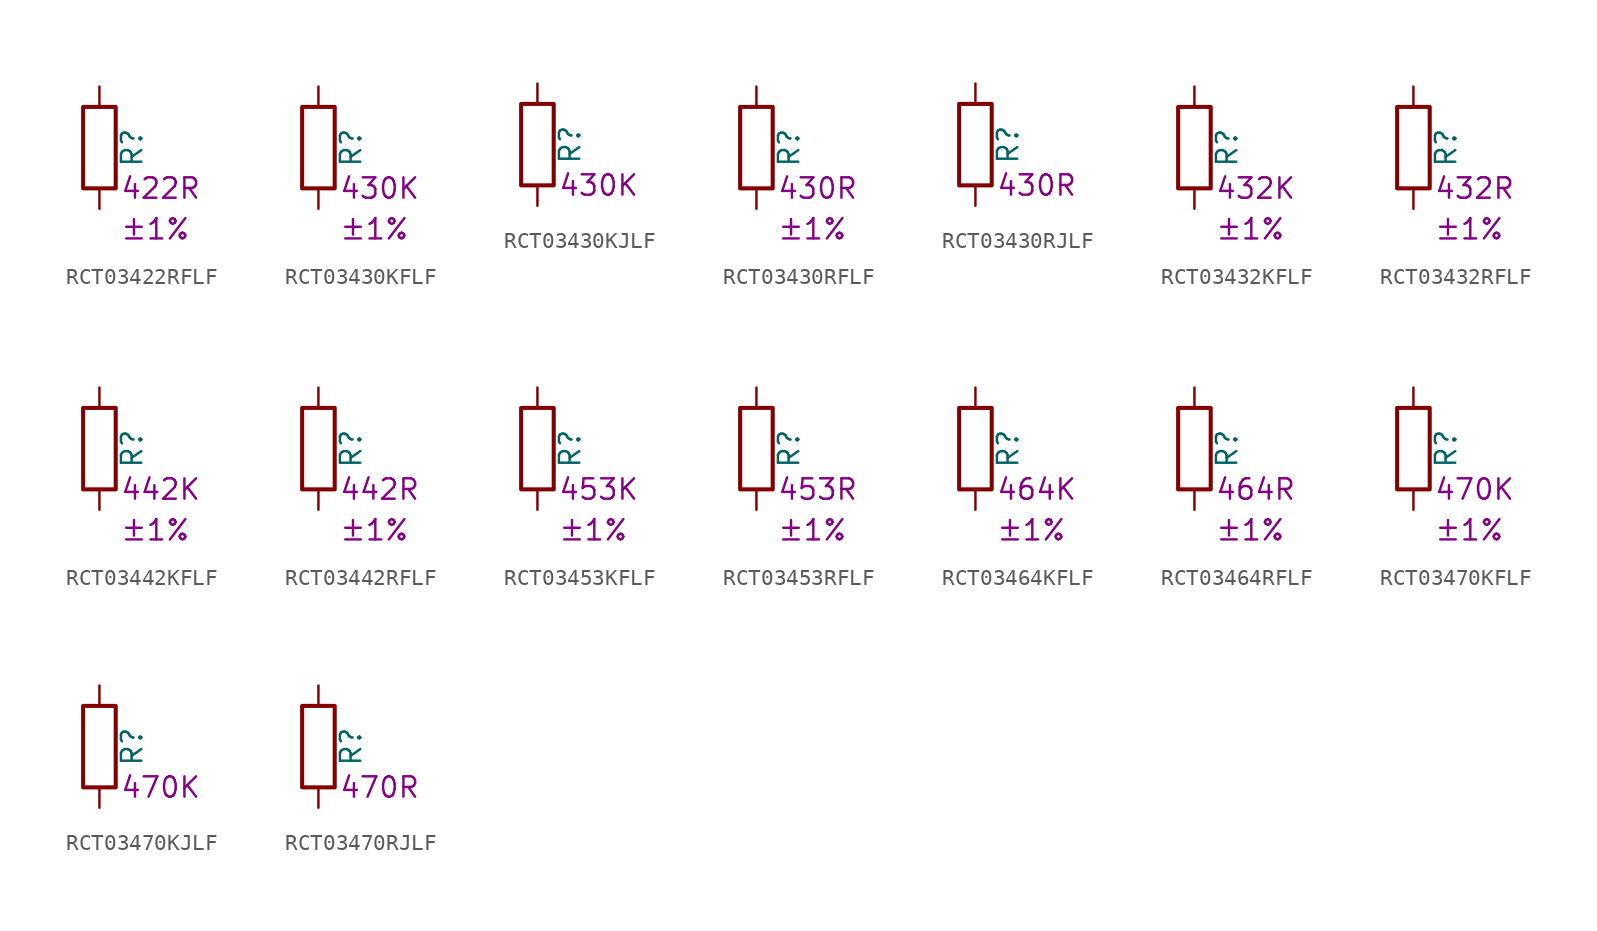
<source format=kicad_sym>
(kicad_symbol_lib
  (version 20220914)
  (generator kicad_symbol_editor)
  (symbol "RCT03422RFLF"
    (pin_numbers hide)
    (pin_names
      (offset 0))
    (property "Reference" "R"
      (at 2.032 0 90)
      (effects (font (size 1.27 1.27))))
    (property "Resistance" "422R"
      (at 1.27 -2.54 0)
      (effects (font (size 1.27 1.27)) (justify left)))
    (property "Tolerance" "±1%"
      (at 1.27 -5.08 0)
      (effects (font (size 1.27 1.27)) (justify left)))
    (symbol "RCT03422RFLF_0_1"
      (rectangle (start -1.016 -2.54) (end 1.016 2.54) (stroke (width 0.254) (type default)) (fill (type none))))
    (symbol "RCT03422RFLF_1_1"
      (pin passive line (at 0 3.81 270) (length 1.27) (name "~" (effects (font (size 1.27 1.27)))) (number "1" (effects (font (size 1.27 1.27)))))
      (pin passive line (at 0 -3.81 90) (length 1.27) (name "~" (effects (font (size 1.27 1.27)))) (number "2" (effects (font (size 1.27 1.27)))))))
  (symbol "RCT03430KFLF"
    (pin_numbers hide)
    (pin_names
      (offset 0))
    (property "Reference" "R"
      (at 2.032 0 90)
      (effects (font (size 1.27 1.27))))
    (property "Resistance" "430K"
      (at 1.27 -2.54 0)
      (effects (font (size 1.27 1.27)) (justify left)))
    (property "Tolerance" "±1%"
      (at 1.27 -5.08 0)
      (effects (font (size 1.27 1.27)) (justify left)))
    (symbol "RCT03430KFLF_0_1"
      (rectangle (start -1.016 -2.54) (end 1.016 2.54) (stroke (width 0.254) (type default)) (fill (type none))))
    (symbol "RCT03430KFLF_1_1"
      (pin passive line (at 0 3.81 270) (length 1.27) (name "~" (effects (font (size 1.27 1.27)))) (number "1" (effects (font (size 1.27 1.27)))))
      (pin passive line (at 0 -3.81 90) (length 1.27) (name "~" (effects (font (size 1.27 1.27)))) (number "2" (effects (font (size 1.27 1.27)))))))
  (symbol "RCT03430KJLF"
    (pin_numbers hide)
    (pin_names
      (offset 0))
    (property "Reference" "R"
      (at 2.032 0 90)
      (effects (font (size 1.27 1.27))))
    (property "Resistance" "430K"
      (at 1.27 -2.54 0)
      (effects (font (size 1.27 1.27)) (justify left)))
    (symbol "RCT03430KJLF_0_1"
      (rectangle (start -1.016 -2.54) (end 1.016 2.54) (stroke (width 0.254) (type default)) (fill (type none))))
    (symbol "RCT03430KJLF_1_1"
      (pin passive line (at 0 3.81 270) (length 1.27) (name "~" (effects (font (size 1.27 1.27)))) (number "1" (effects (font (size 1.27 1.27)))))
      (pin passive line (at 0 -3.81 90) (length 1.27) (name "~" (effects (font (size 1.27 1.27)))) (number "2" (effects (font (size 1.27 1.27)))))))
  (symbol "RCT03430RFLF"
    (pin_numbers hide)
    (pin_names
      (offset 0))
    (property "Reference" "R"
      (at 2.032 0 90)
      (effects (font (size 1.27 1.27))))
    (property "Resistance" "430R"
      (at 1.27 -2.54 0)
      (effects (font (size 1.27 1.27)) (justify left)))
    (property "Tolerance" "±1%"
      (at 1.27 -5.08 0)
      (effects (font (size 1.27 1.27)) (justify left)))
    (symbol "RCT03430RFLF_0_1"
      (rectangle (start -1.016 -2.54) (end 1.016 2.54) (stroke (width 0.254) (type default)) (fill (type none))))
    (symbol "RCT03430RFLF_1_1"
      (pin passive line (at 0 3.81 270) (length 1.27) (name "~" (effects (font (size 1.27 1.27)))) (number "1" (effects (font (size 1.27 1.27)))))
      (pin passive line (at 0 -3.81 90) (length 1.27) (name "~" (effects (font (size 1.27 1.27)))) (number "2" (effects (font (size 1.27 1.27)))))))
  (symbol "RCT03430RJLF"
    (pin_numbers hide)
    (pin_names
      (offset 0))
    (property "Reference" "R"
      (at 2.032 0 90)
      (effects (font (size 1.27 1.27))))
    (property "Resistance" "430R"
      (at 1.27 -2.54 0)
      (effects (font (size 1.27 1.27)) (justify left)))
    (symbol "RCT03430RJLF_0_1"
      (rectangle (start -1.016 -2.54) (end 1.016 2.54) (stroke (width 0.254) (type default)) (fill (type none))))
    (symbol "RCT03430RJLF_1_1"
      (pin passive line (at 0 3.81 270) (length 1.27) (name "~" (effects (font (size 1.27 1.27)))) (number "1" (effects (font (size 1.27 1.27)))))
      (pin passive line (at 0 -3.81 90) (length 1.27) (name "~" (effects (font (size 1.27 1.27)))) (number "2" (effects (font (size 1.27 1.27)))))))
  (symbol "RCT03432KFLF"
    (pin_numbers hide)
    (pin_names
      (offset 0))
    (property "Reference" "R"
      (at 2.032 0 90)
      (effects (font (size 1.27 1.27))))
    (property "Resistance" "432K"
      (at 1.27 -2.54 0)
      (effects (font (size 1.27 1.27)) (justify left)))
    (property "Tolerance" "±1%"
      (at 1.27 -5.08 0)
      (effects (font (size 1.27 1.27)) (justify left)))
    (symbol "RCT03432KFLF_0_1"
      (rectangle (start -1.016 -2.54) (end 1.016 2.54) (stroke (width 0.254) (type default)) (fill (type none))))
    (symbol "RCT03432KFLF_1_1"
      (pin passive line (at 0 3.81 270) (length 1.27) (name "~" (effects (font (size 1.27 1.27)))) (number "1" (effects (font (size 1.27 1.27)))))
      (pin passive line (at 0 -3.81 90) (length 1.27) (name "~" (effects (font (size 1.27 1.27)))) (number "2" (effects (font (size 1.27 1.27)))))))
  (symbol "RCT03432RFLF"
    (pin_numbers hide)
    (pin_names
      (offset 0))
    (property "Reference" "R"
      (at 2.032 0 90)
      (effects (font (size 1.27 1.27))))
    (property "Resistance" "432R"
      (at 1.27 -2.54 0)
      (effects (font (size 1.27 1.27)) (justify left)))
    (property "Tolerance" "±1%"
      (at 1.27 -5.08 0)
      (effects (font (size 1.27 1.27)) (justify left)))
    (symbol "RCT03432RFLF_0_1"
      (rectangle (start -1.016 -2.54) (end 1.016 2.54) (stroke (width 0.254) (type default)) (fill (type none))))
    (symbol "RCT03432RFLF_1_1"
      (pin passive line (at 0 3.81 270) (length 1.27) (name "~" (effects (font (size 1.27 1.27)))) (number "1" (effects (font (size 1.27 1.27)))))
      (pin passive line (at 0 -3.81 90) (length 1.27) (name "~" (effects (font (size 1.27 1.27)))) (number "2" (effects (font (size 1.27 1.27)))))))
  (symbol "RCT03442KFLF"
    (pin_numbers hide)
    (pin_names
      (offset 0))
    (property "Reference" "R"
      (at 2.032 0 90)
      (effects (font (size 1.27 1.27))))
    (property "Resistance" "442K"
      (at 1.27 -2.54 0)
      (effects (font (size 1.27 1.27)) (justify left)))
    (property "Tolerance" "±1%"
      (at 1.27 -5.08 0)
      (effects (font (size 1.27 1.27)) (justify left)))
    (symbol "RCT03442KFLF_0_1"
      (rectangle (start -1.016 -2.54) (end 1.016 2.54) (stroke (width 0.254) (type default)) (fill (type none))))
    (symbol "RCT03442KFLF_1_1"
      (pin passive line (at 0 3.81 270) (length 1.27) (name "~" (effects (font (size 1.27 1.27)))) (number "1" (effects (font (size 1.27 1.27)))))
      (pin passive line (at 0 -3.81 90) (length 1.27) (name "~" (effects (font (size 1.27 1.27)))) (number "2" (effects (font (size 1.27 1.27)))))))
  (symbol "RCT03442RFLF"
    (pin_numbers hide)
    (pin_names
      (offset 0))
    (property "Reference" "R"
      (at 2.032 0 90)
      (effects (font (size 1.27 1.27))))
    (property "Resistance" "442R"
      (at 1.27 -2.54 0)
      (effects (font (size 1.27 1.27)) (justify left)))
    (property "Tolerance" "±1%"
      (at 1.27 -5.08 0)
      (effects (font (size 1.27 1.27)) (justify left)))
    (symbol "RCT03442RFLF_0_1"
      (rectangle (start -1.016 -2.54) (end 1.016 2.54) (stroke (width 0.254) (type default)) (fill (type none))))
    (symbol "RCT03442RFLF_1_1"
      (pin passive line (at 0 3.81 270) (length 1.27) (name "~" (effects (font (size 1.27 1.27)))) (number "1" (effects (font (size 1.27 1.27)))))
      (pin passive line (at 0 -3.81 90) (length 1.27) (name "~" (effects (font (size 1.27 1.27)))) (number "2" (effects (font (size 1.27 1.27)))))))
  (symbol "RCT03453KFLF"
    (pin_numbers hide)
    (pin_names
      (offset 0))
    (property "Reference" "R"
      (at 2.032 0 90)
      (effects (font (size 1.27 1.27))))
    (property "Resistance" "453K"
      (at 1.27 -2.54 0)
      (effects (font (size 1.27 1.27)) (justify left)))
    (property "Tolerance" "±1%"
      (at 1.27 -5.08 0)
      (effects (font (size 1.27 1.27)) (justify left)))
    (symbol "RCT03453KFLF_0_1"
      (rectangle (start -1.016 -2.54) (end 1.016 2.54) (stroke (width 0.254) (type default)) (fill (type none))))
    (symbol "RCT03453KFLF_1_1"
      (pin passive line (at 0 3.81 270) (length 1.27) (name "~" (effects (font (size 1.27 1.27)))) (number "1" (effects (font (size 1.27 1.27)))))
      (pin passive line (at 0 -3.81 90) (length 1.27) (name "~" (effects (font (size 1.27 1.27)))) (number "2" (effects (font (size 1.27 1.27)))))))
  (symbol "RCT03453RFLF"
    (pin_numbers hide)
    (pin_names
      (offset 0))
    (property "Reference" "R"
      (at 2.032 0 90)
      (effects (font (size 1.27 1.27))))
    (property "Resistance" "453R"
      (at 1.27 -2.54 0)
      (effects (font (size 1.27 1.27)) (justify left)))
    (property "Tolerance" "±1%"
      (at 1.27 -5.08 0)
      (effects (font (size 1.27 1.27)) (justify left)))
    (symbol "RCT03453RFLF_0_1"
      (rectangle (start -1.016 -2.54) (end 1.016 2.54) (stroke (width 0.254) (type default)) (fill (type none))))
    (symbol "RCT03453RFLF_1_1"
      (pin passive line (at 0 3.81 270) (length 1.27) (name "~" (effects (font (size 1.27 1.27)))) (number "1" (effects (font (size 1.27 1.27)))))
      (pin passive line (at 0 -3.81 90) (length 1.27) (name "~" (effects (font (size 1.27 1.27)))) (number "2" (effects (font (size 1.27 1.27)))))))
  (symbol "RCT03464KFLF"
    (pin_numbers hide)
    (pin_names
      (offset 0))
    (property "Reference" "R"
      (at 2.032 0 90)
      (effects (font (size 1.27 1.27))))
    (property "Resistance" "464K"
      (at 1.27 -2.54 0)
      (effects (font (size 1.27 1.27)) (justify left)))
    (property "Tolerance" "±1%"
      (at 1.27 -5.08 0)
      (effects (font (size 1.27 1.27)) (justify left)))
    (symbol "RCT03464KFLF_0_1"
      (rectangle (start -1.016 -2.54) (end 1.016 2.54) (stroke (width 0.254) (type default)) (fill (type none))))
    (symbol "RCT03464KFLF_1_1"
      (pin passive line (at 0 3.81 270) (length 1.27) (name "~" (effects (font (size 1.27 1.27)))) (number "1" (effects (font (size 1.27 1.27)))))
      (pin passive line (at 0 -3.81 90) (length 1.27) (name "~" (effects (font (size 1.27 1.27)))) (number "2" (effects (font (size 1.27 1.27)))))))
  (symbol "RCT03464RFLF"
    (pin_numbers hide)
    (pin_names
      (offset 0))
    (property "Reference" "R"
      (at 2.032 0 90)
      (effects (font (size 1.27 1.27))))
    (property "Resistance" "464R"
      (at 1.27 -2.54 0)
      (effects (font (size 1.27 1.27)) (justify left)))
    (property "Tolerance" "±1%"
      (at 1.27 -5.08 0)
      (effects (font (size 1.27 1.27)) (justify left)))
    (symbol "RCT03464RFLF_0_1"
      (rectangle (start -1.016 -2.54) (end 1.016 2.54) (stroke (width 0.254) (type default)) (fill (type none))))
    (symbol "RCT03464RFLF_1_1"
      (pin passive line (at 0 3.81 270) (length 1.27) (name "~" (effects (font (size 1.27 1.27)))) (number "1" (effects (font (size 1.27 1.27)))))
      (pin passive line (at 0 -3.81 90) (length 1.27) (name "~" (effects (font (size 1.27 1.27)))) (number "2" (effects (font (size 1.27 1.27)))))))
  (symbol "RCT03470KFLF"
    (pin_numbers hide)
    (pin_names
      (offset 0))
    (property "Reference" "R"
      (at 2.032 0 90)
      (effects (font (size 1.27 1.27))))
    (property "Resistance" "470K"
      (at 1.27 -2.54 0)
      (effects (font (size 1.27 1.27)) (justify left)))
    (property "Tolerance" "±1%"
      (at 1.27 -5.08 0)
      (effects (font (size 1.27 1.27)) (justify left)))
    (symbol "RCT03470KFLF_0_1"
      (rectangle (start -1.016 -2.54) (end 1.016 2.54) (stroke (width 0.254) (type default)) (fill (type none))))
    (symbol "RCT03470KFLF_1_1"
      (pin passive line (at 0 3.81 270) (length 1.27) (name "~" (effects (font (size 1.27 1.27)))) (number "1" (effects (font (size 1.27 1.27)))))
      (pin passive line (at 0 -3.81 90) (length 1.27) (name "~" (effects (font (size 1.27 1.27)))) (number "2" (effects (font (size 1.27 1.27)))))))
  (symbol "RCT03470KJLF"
    (pin_numbers hide)
    (pin_names
      (offset 0))
    (property "Reference" "R"
      (at 2.032 0 90)
      (effects (font (size 1.27 1.27))))
    (property "Resistance" "470K"
      (at 1.27 -2.54 0)
      (effects (font (size 1.27 1.27)) (justify left)))
    (symbol "RCT03470KJLF_0_1"
      (rectangle (start -1.016 -2.54) (end 1.016 2.54) (stroke (width 0.254) (type default)) (fill (type none))))
    (symbol "RCT03470KJLF_1_1"
      (pin passive line (at 0 3.81 270) (length 1.27) (name "~" (effects (font (size 1.27 1.27)))) (number "1" (effects (font (size 1.27 1.27)))))
      (pin passive line (at 0 -3.81 90) (length 1.27) (name "~" (effects (font (size 1.27 1.27)))) (number "2" (effects (font (size 1.27 1.27)))))))
  (symbol "RCT03470RJLF"
    (pin_numbers hide)
    (pin_names
      (offset 0))
    (property "Reference" "R"
      (at 2.032 0 90)
      (effects (font (size 1.27 1.27))))
    (property "Resistance" "470R"
      (at 1.27 -2.54 0)
      (effects (font (size 1.27 1.27)) (justify left)))
    (symbol "RCT03470RJLF_0_1"
      (rectangle (start -1.016 -2.54) (end 1.016 2.54) (stroke (width 0.254) (type default)) (fill (type none))))
    (symbol "RCT03470RJLF_1_1"
      (pin passive line (at 0 3.81 270) (length 1.27) (name "~" (effects (font (size 1.27 1.27)))) (number "1" (effects (font (size 1.27 1.27)))))
      (pin passive line (at 0 -3.81 90) (length 1.27) (name "~" (effects (font (size 1.27 1.27)))) (number "2" (effects (font (size 1.27 1.27))))))))
</source>
